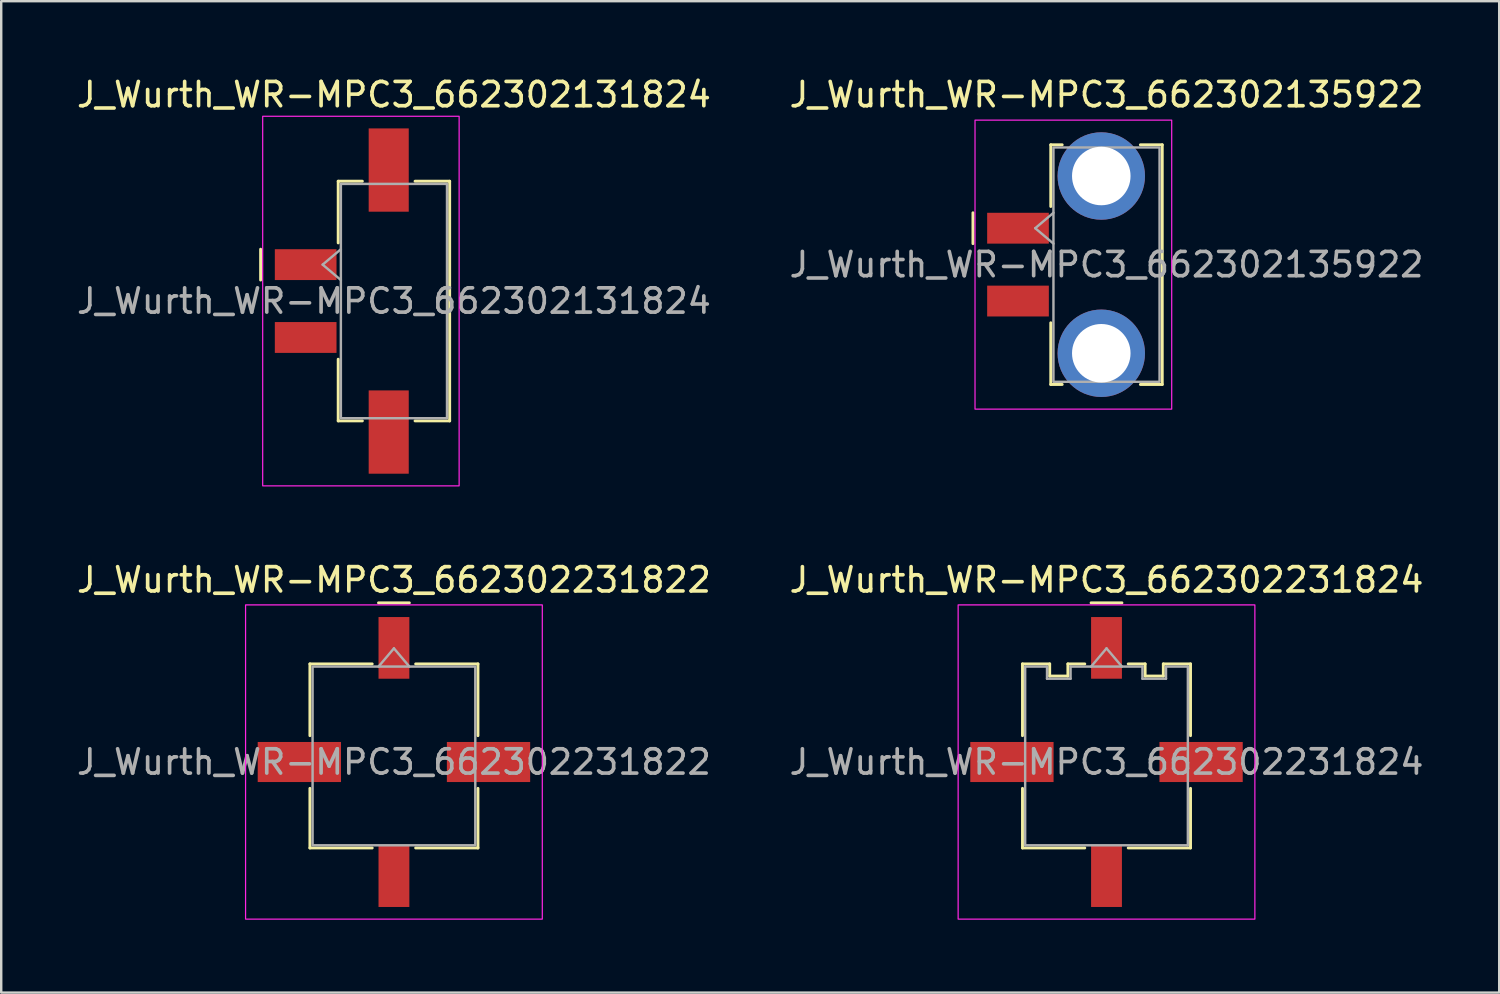
<source format=kicad_pcb>
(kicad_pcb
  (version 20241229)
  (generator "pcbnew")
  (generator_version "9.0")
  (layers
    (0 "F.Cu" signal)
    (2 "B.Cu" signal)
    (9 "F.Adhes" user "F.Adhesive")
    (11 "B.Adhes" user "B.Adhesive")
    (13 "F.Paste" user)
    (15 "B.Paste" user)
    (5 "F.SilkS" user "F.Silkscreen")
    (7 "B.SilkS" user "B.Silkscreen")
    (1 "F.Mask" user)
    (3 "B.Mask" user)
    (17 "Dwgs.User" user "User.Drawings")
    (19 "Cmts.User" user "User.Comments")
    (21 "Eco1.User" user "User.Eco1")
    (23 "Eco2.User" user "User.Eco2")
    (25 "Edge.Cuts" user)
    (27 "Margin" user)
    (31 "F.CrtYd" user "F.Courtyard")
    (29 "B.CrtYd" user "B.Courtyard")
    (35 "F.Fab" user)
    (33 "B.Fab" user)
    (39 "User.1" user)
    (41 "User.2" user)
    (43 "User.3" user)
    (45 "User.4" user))
  (footprint "J_Wurth_WR-MPC3_662302231824"
    (layer "F.Cu")
    (at 42.518 28.331)
    (property "Reference" "J_Wurth_WR-MPC3_662302231824" (at 0 -7.5 0) (unlocked yes) (layer "F.SilkS") (effects (font (size 1 1) (thickness 0.15))))
    (attr smd)
    (fp_line (start -3.46 -4.04) (end -3.46 -1.085) (stroke (width 0.12) (type solid)) (layer "F.SilkS"))
    (fp_line (start -3.46 3.54) (end -3.46 1.085) (stroke (width 0.12) (type solid)) (layer "F.SilkS"))
    (fp_line (start -2.34 -4.04) (end -3.46 -4.04) (stroke (width 0.12) (type default)) (layer "F.SilkS"))
    (fp_line (start -2.34 -3.54) (end -2.34 -4.04) (stroke (width 0.12) (type default)) (layer "F.SilkS"))
    (fp_line (start -1.59 -4.04) (end -1.59 -3.54) (stroke (width 0.12) (type default)) (layer "F.SilkS"))
    (fp_line (start -1.59 -4.04) (end -0.895 -4.04) (stroke (width 0.12) (type solid)) (layer "F.SilkS"))
    (fp_line (start -1.59 -3.54) (end -2.34 -3.54) (stroke (width 0.12) (type default)) (layer "F.SilkS"))
    (fp_line (start -0.895 3.54) (end -3.46 3.54) (stroke (width 0.12) (type solid)) (layer "F.SilkS"))
    (fp_line (start -0.635 -6.555) (end 0.635 -6.555) (stroke (width 0.12) (type solid)) (layer "F.SilkS"))
    (fp_line (start 0.895 -4.04) (end 1.59 -4.04) (stroke (width 0.12) (type solid)) (layer "F.SilkS"))
    (fp_line (start 1.59 -3.54) (end 1.59 -4.04) (stroke (width 0.12) (type default)) (layer "F.SilkS"))
    (fp_line (start 2.34 -4.04) (end 2.34 -3.54) (stroke (width 0.12) (type default)) (layer "F.SilkS"))
    (fp_line (start 2.34 -3.54) (end 1.59 -3.54) (stroke (width 0.12) (type default)) (layer "F.SilkS"))
    (fp_line (start 3.46 -4.04) (end 2.34 -4.04) (stroke (width 0.12) (type default)) (layer "F.SilkS"))
    (fp_line (start 3.46 -4.04) (end 3.46 -1.085) (stroke (width 0.12) (type solid)) (layer "F.SilkS"))
    (fp_line (start 3.46 3.54) (end 0.895 3.54) (stroke (width 0.12) (type solid)) (layer "F.SilkS"))
    (fp_line (start 3.46 3.54) (end 3.46 1.085) (stroke (width 0.12) (type solid)) (layer "F.SilkS"))
    (fp_rect (start -6.11 -6.47) (end 6.11 6.47) (stroke (width 0.05) (type solid)) (fill no) (layer "F.CrtYd"))
    (fp_line (start -3.35 -3.93) (end -2.45 -3.93) (stroke (width 0.1) (type solid)) (layer "F.Fab"))
    (fp_line (start -3.35 3.43) (end -3.35 -3.93) (stroke (width 0.1) (type default)) (layer "F.Fab"))
    (fp_line (start -2.45 -3.93) (end -2.45 -3.43) (stroke (width 0.1) (type solid)) (layer "F.Fab"))
    (fp_line (start -1.48 -3.93) (end -1.48 -3.43) (stroke (width 0.1) (type solid)) (layer "F.Fab"))
    (fp_line (start -1.48 -3.43) (end -2.45 -3.43) (stroke (width 0.1) (type solid)) (layer "F.Fab"))
    (fp_line (start 0 -4.68) (end -0.635 -3.93) (stroke (width 0.1) (type solid)) (layer "F.Fab"))
    (fp_line (start 0 -4.68) (end 0.635 -3.93) (stroke (width 0.1) (type solid)) (layer "F.Fab"))
    (fp_line (start 1.48 -3.93) (end -1.48 -3.93) (stroke (width 0.1) (type default)) (layer "F.Fab"))
    (fp_line (start 1.48 -3.93) (end 1.48 -3.43) (stroke (width 0.1) (type solid)) (layer "F.Fab"))
    (fp_line (start 2.45 -3.93) (end 2.45 -3.43) (stroke (width 0.1) (type solid)) (layer "F.Fab"))
    (fp_line (start 2.45 -3.93) (end 3.35 -3.93) (stroke (width 0.1) (type solid)) (layer "F.Fab"))
    (fp_line (start 2.45 -3.43) (end 1.48 -3.43) (stroke (width 0.1) (type solid)) (layer "F.Fab"))
    (fp_line (start 3.35 -3.93) (end 3.35 3.43) (stroke (width 0.1) (type default)) (layer "F.Fab"))
    (fp_line (start 3.35 3.43) (end -3.35 3.43) (stroke (width 0.1) (type default)) (layer "F.Fab"))
    (fp_text user "${REFERENCE}" (at 0 0 0) (unlocked yes) (layer "F.Fab") (effects (font (size 1 1) (thickness 0.15))))
    (pad "1" smd rect (at 0 -4.7 180) (size 1.27 2.54) (layers "F.Cu" "F.Mask" "F.Paste"))
    (pad "2" smd rect (at 0 4.7 180) (size 1.27 2.54) (layers "F.Cu" "F.Mask" "F.Paste"))
    (pad "MP1" smd rect (at 3.895 0 180) (size 3.43 1.65) (layers "F.Cu" "F.Mask" "F.Paste"))
    (pad "MP2" smd rect (at -3.895 0 180) (size 3.43 1.65) (layers "F.Cu" "F.Mask" "F.Paste")))
  (footprint "J_Wurth_WR-MPC3_662302131824"
    (layer "F.Cu")
    (at 13.173 9.348)
    (property "Reference" "J_Wurth_WR-MPC3_662302131824" (at 0 -8.5 0) (unlocked yes) (layer "F.SilkS") (effects (font (size 1 1) (thickness 0.15))))
    (attr smd)
    (fp_line (start -5.49 -0.865) (end -5.49 -2.135) (stroke (width 0.12) (type solid)) (layer "F.SilkS"))
    (fp_line (start -2.295 -4.935) (end -2.295 -2.395) (stroke (width 0.12) (type solid)) (layer "F.SilkS"))
    (fp_line (start -2.295 -4.935) (end -1.3 -4.935) (stroke (width 0.12) (type solid)) (layer "F.SilkS"))
    (fp_line (start -2.295 4.935) (end -2.295 2.395) (stroke (width 0.12) (type default)) (layer "F.SilkS"))
    (fp_line (start -2.295 4.935) (end -1.3 4.935) (stroke (width 0.12) (type solid)) (layer "F.SilkS"))
    (fp_line (start 2.295 -4.935) (end 0.87 -4.935) (stroke (width 0.12) (type default)) (layer "F.SilkS"))
    (fp_line (start 2.295 -4.935) (end 2.295 4.935) (stroke (width 0.12) (type default)) (layer "F.SilkS"))
    (fp_line (start 2.295 4.935) (end 0.87 4.935) (stroke (width 0.12) (type default)) (layer "F.SilkS"))
    (fp_rect (start -5.405 -7.61) (end 2.685 7.61) (stroke (width 0.05) (type solid)) (fill no) (layer "F.CrtYd"))
    (fp_line (start -2.935 -1.5) (end -2.185 -2.135) (stroke (width 0.1) (type solid)) (layer "F.Fab"))
    (fp_line (start -2.935 -1.5) (end -2.185 -0.865) (stroke (width 0.1) (type solid)) (layer "F.Fab"))
    (fp_rect (start -2.185 -4.825) (end 2.185 4.825) (stroke (width 0.1) (type solid)) (fill no) (layer "F.Fab"))
    (fp_text user "${REFERENCE}" (at 0 0 0) (unlocked yes) (layer "F.Fab") (effects (font (size 1 1) (thickness 0.15))))
    (pad "1" smd rect (at -3.635 -1.5 90) (size 1.27 2.54) (layers "F.Cu" "F.Mask" "F.Paste"))
    (pad "2" smd rect (at -3.635 1.5 90) (size 1.27 2.54) (layers "F.Cu" "F.Mask" "F.Paste"))
    (pad "MP1" smd rect (at -0.215 5.395 90) (size 3.43 1.65) (layers "F.Cu" "F.Mask" "F.Paste"))
    (pad "MP2" smd rect (at -0.215 -5.395 90) (size 3.43 1.65) (layers "F.Cu" "F.Mask" "F.Paste")))
  (footprint "J_Wurth_WR-MPC3_662302231822"
    (layer "F.Cu")
    (at 13.173 28.331)
    (property "Reference" "J_Wurth_WR-MPC3_662302231822" (at 0 -7.5 0) (unlocked yes) (layer "F.SilkS") (effects (font (size 1 1) (thickness 0.15))))
    (attr smd)
    (fp_line (start -3.46 -4.04) (end -0.895 -4.04) (stroke (width 0.12) (type solid)) (layer "F.SilkS"))
    (fp_line (start -3.46 -1.085) (end -3.46 -4.04) (stroke (width 0.12) (type solid)) (layer "F.SilkS"))
    (fp_line (start -3.46 3.54) (end -3.46 1.085) (stroke (width 0.12) (type solid)) (layer "F.SilkS"))
    (fp_line (start -3.46 3.54) (end -0.895 3.54) (stroke (width 0.12) (type solid)) (layer "F.SilkS"))
    (fp_line (start -0.635 -6.555) (end 0.635 -6.555) (stroke (width 0.12) (type solid)) (layer "F.SilkS"))
    (fp_line (start 0.895 -4.04) (end 3.46 -4.04) (stroke (width 0.12) (type solid)) (layer "F.SilkS"))
    (fp_line (start 0.895 3.54) (end 3.46 3.54) (stroke (width 0.12) (type solid)) (layer "F.SilkS"))
    (fp_line (start 3.46 -1.085) (end 3.46 -4.04) (stroke (width 0.12) (type solid)) (layer "F.SilkS"))
    (fp_line (start 3.46 3.54) (end 3.46 1.085) (stroke (width 0.12) (type solid)) (layer "F.SilkS"))
    (fp_rect (start -6.11 -6.47) (end 6.11 6.47) (stroke (width 0.05) (type solid)) (fill no) (layer "F.CrtYd"))
    (fp_line (start 0 -4.68) (end -0.635 -3.93) (stroke (width 0.1) (type solid)) (layer "F.Fab"))
    (fp_line (start 0 -4.68) (end 0.635 -3.93) (stroke (width 0.1) (type solid)) (layer "F.Fab"))
    (fp_rect (start -3.35 -3.93) (end 3.35 3.43) (stroke (width 0.1) (type solid)) (fill no) (layer "F.Fab"))
    (fp_text user "${REFERENCE}" (at 0 0 0) (unlocked yes) (layer "F.Fab") (effects (font (size 1 1) (thickness 0.15))))
    (pad "1" smd rect (at 0 -4.7 180) (size 1.27 2.54) (layers "F.Cu" "F.Mask" "F.Paste"))
    (pad "2" smd rect (at 0 4.7 180) (size 1.27 2.54) (layers "F.Cu" "F.Mask" "F.Paste"))
    (pad "MP1" smd rect (at 3.895 0 180) (size 3.43 1.65) (layers "F.Cu" "F.Mask" "F.Paste"))
    (pad "MP2" smd rect (at -3.895 0 180) (size 3.43 1.65) (layers "F.Cu" "F.Mask" "F.Paste")))
  (footprint "J_Wurth_WR-MPC3_662302135922"
    (layer "F.Cu")
    (at 42.518 7.848)
    (property "Reference" "J_Wurth_WR-MPC3_662302135922" (at 0 -7 0) (unlocked yes) (layer "F.SilkS") (effects (font (size 1 1) (thickness 0.15))))
    (attr smd)
    (fp_line (start -5.5 -0.865) (end -5.5 -2.135) (stroke (width 0.12) (type solid)) (layer "F.SilkS"))
    (fp_line (start -2.295 -4.935) (end -1.825 -4.935) (stroke (width 0.12) (type default)) (layer "F.SilkS"))
    (fp_line (start -2.295 -2.395) (end -2.295 -4.935) (stroke (width 0.12) (type default)) (layer "F.SilkS"))
    (fp_line (start -2.295 4.935) (end -2.295 2.395) (stroke (width 0.12) (type default)) (layer "F.SilkS"))
    (fp_line (start -2.295 4.935) (end -1.825 4.935) (stroke (width 0.12) (type default)) (layer "F.SilkS"))
    (fp_line (start 2.295 -4.935) (end 1.395 -4.935) (stroke (width 0.12) (type default)) (layer "F.SilkS"))
    (fp_line (start 2.295 -4.935) (end 2.295 4.935) (stroke (width 0.12) (type default)) (layer "F.SilkS"))
    (fp_line (start 2.295 4.935) (end 1.395 4.935) (stroke (width 0.12) (type default)) (layer "F.SilkS"))
    (fp_rect (start -5.415 -5.95) (end 2.685 5.95) (stroke (width 0.05) (type solid)) (fill no) (layer "F.CrtYd"))
    (fp_line (start -2.935 -1.5) (end -2.185 -2.135) (stroke (width 0.1) (type solid)) (layer "F.Fab"))
    (fp_line (start -2.935 -1.5) (end -2.185 -0.865) (stroke (width 0.1) (type solid)) (layer "F.Fab"))
    (fp_rect (start -2.185 -4.825) (end 2.185 4.825) (stroke (width 0.1) (type solid)) (fill no) (layer "F.Fab"))
    (fp_text user "${REFERENCE}" (at 0 0 0) (unlocked yes) (layer "F.Fab") (effects (font (size 1 1) (thickness 0.15))))
    (pad "1" smd rect (at -3.645 -1.5 90) (size 1.27 2.54) (layers "F.Cu" "F.Mask" "F.Paste"))
    (pad "2" smd rect (at -3.645 1.5 90) (size 1.27 2.54) (layers "F.Cu" "F.Mask" "F.Paste"))
    (pad "MH1" thru_hole circle (at -0.215 3.65 90) (size 3.6 3.6) (drill 2.41) (layers "*.Cu" "*.Mask"))
    (pad "MH2" thru_hole circle (at -0.215 -3.65 90) (size 3.6 3.6) (drill 2.41) (layers "*.Cu" "*.Mask")))
  (gr_rect
    (start -3 -3)
    (end 58.69 37.827)
    (stroke (width 0.1) (type default))
    (fill no)
    (layer "Edge.Cuts")))
</source>
